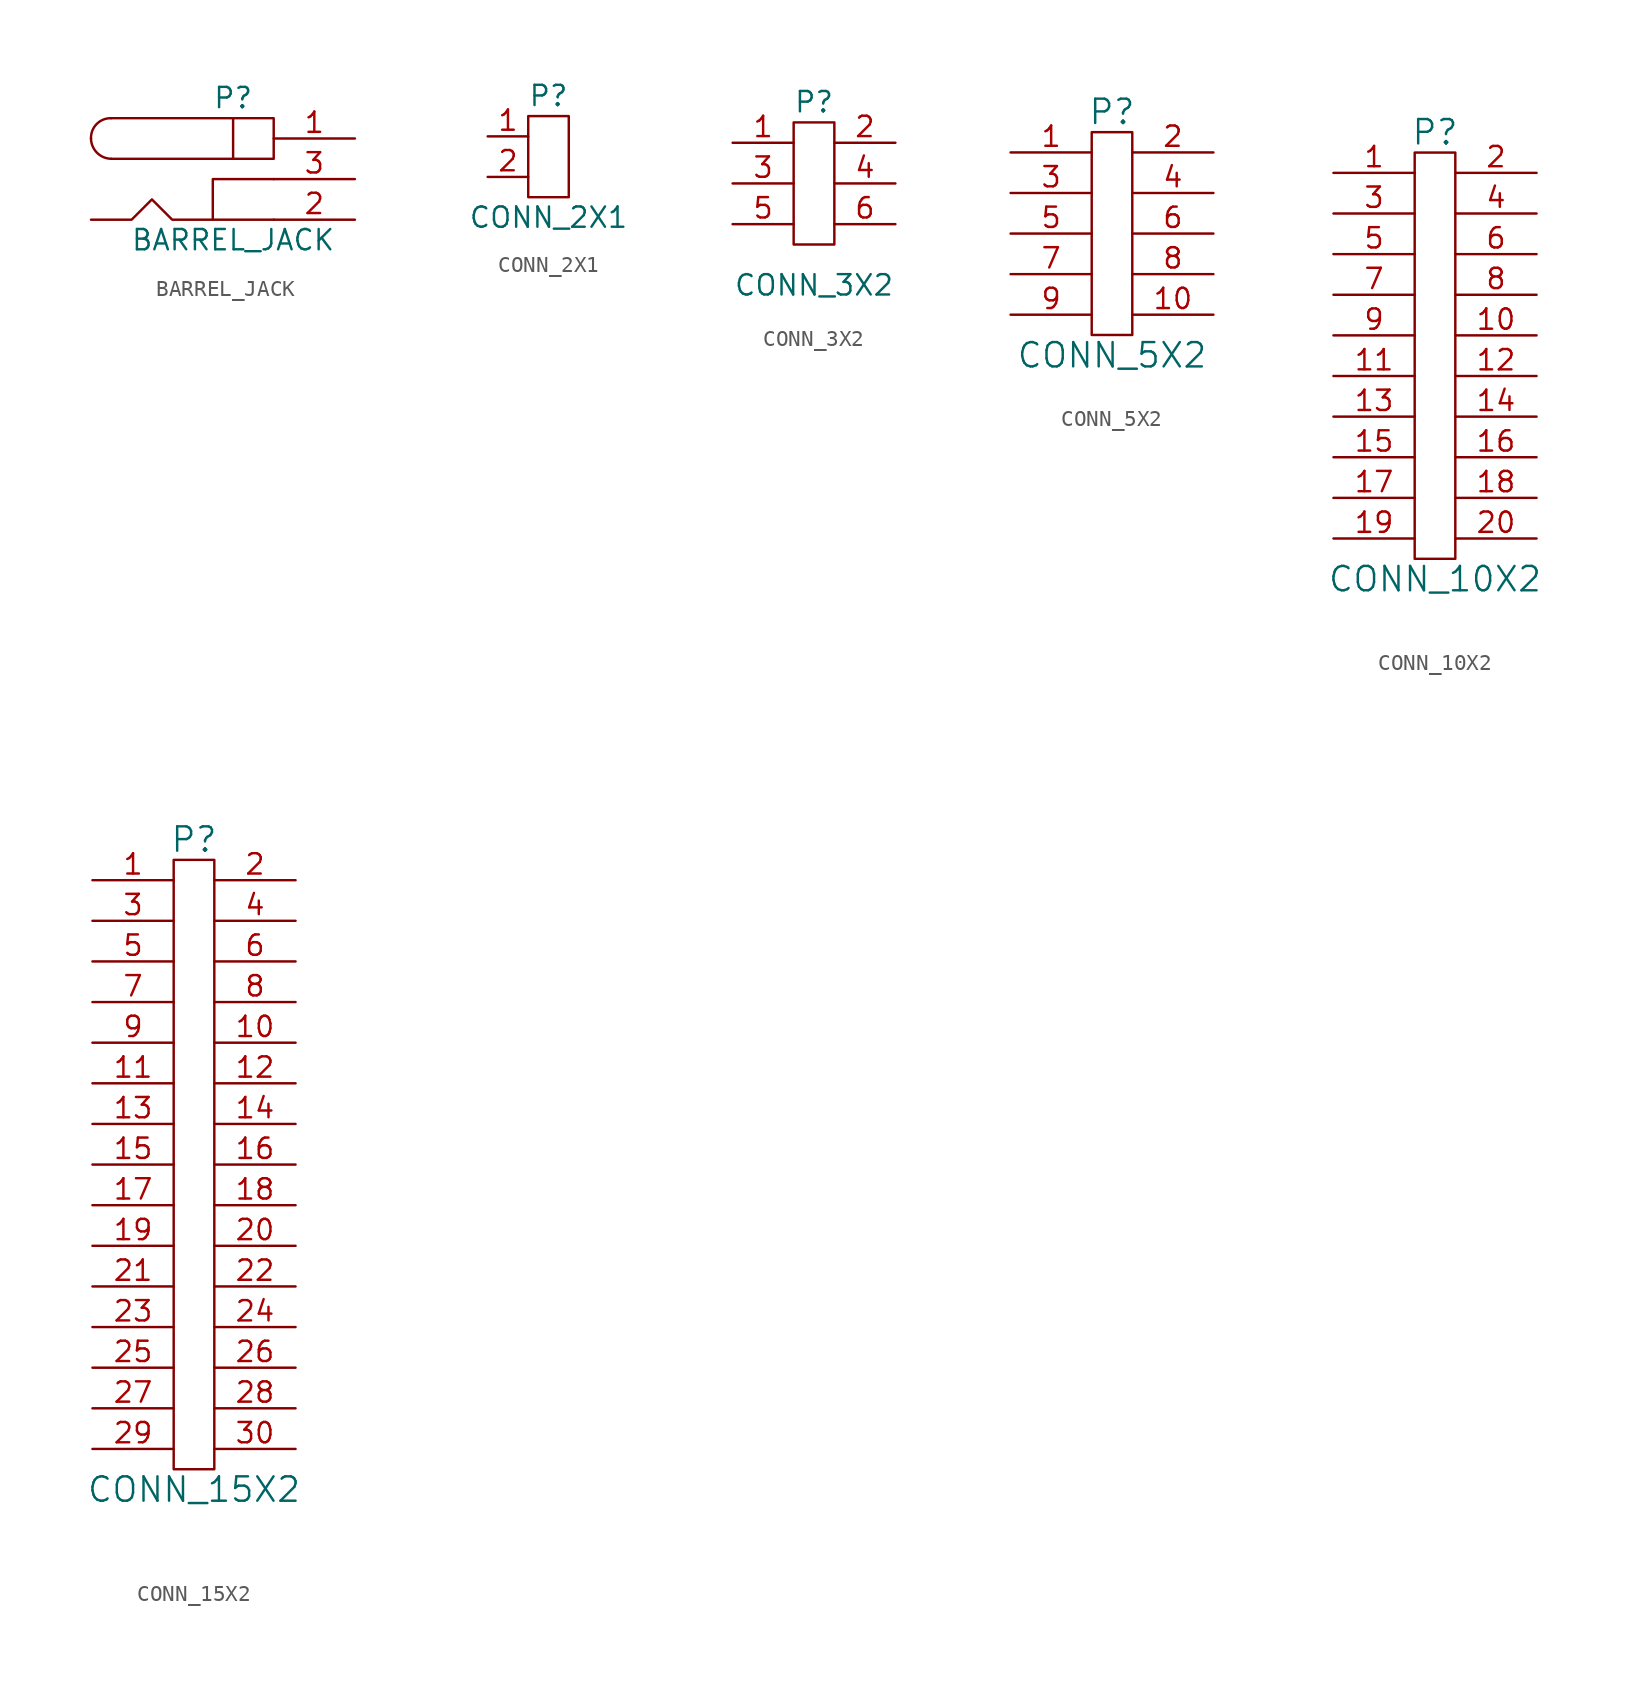
<source format=kicad_sym>
(kicad_symbol_lib
  (version 20201005)
  (generator kicad_symbol_editor)
  (symbol "BARREL_JACK"
    (pin_names
      (offset 1.016))
    (property "Reference" "P"
      (at 0 5.08 0)
      (effects (font (size 1.27 1.27))))
    (property "Value" "BARREL_JACK"
      (at 0 -3.81 0)
      (effects (font (size 1.27 1.27))))
    (symbol "BARREL_JACK_0_1"
      (arc (start -7.62 1.27) (end -8.89 2.54) (radius (at -7.62 2.5146) (length 1.2446) (angles -90 178.8)) (stroke (width 0)) (fill (type none)))
      (arc (start -7.62 3.81) (end -8.89 2.54) (radius (at -7.62 2.5654) (length 1.2446) (angles 90 -178.8)) (stroke (width 0)) (fill (type none)))
      (rectangle (start 2.54 3.81) (end 0 1.27) (stroke (width 0)) (fill (type none)))
      (polyline (pts (xy -7.62 1.27) (xy 0 1.27)) (stroke (width 0)) (fill (type none)))
      (polyline (pts (xy 0 3.81) (xy -7.62 3.81)) (stroke (width 0)) (fill (type none)))
      (polyline (pts (xy 2.54 0) (xy -1.27 0) (xy -1.27 -2.54)) (stroke (width 0)) (fill (type none)))
      (polyline (pts (xy 2.54 -2.54) (xy -3.81 -2.54) (xy -5.08 -1.27) (xy -6.35 -2.54) (xy -8.89 -2.54)) (stroke (width 0)) (fill (type none))))
    (symbol "BARREL_JACK_1_1"
      (pin passive line (at 7.62 2.54 180) (length 5.08) (name "~" (effects (font (size 1.27 1.27)))) (number "1" (effects (font (size 1.27 1.27)))))
      (pin passive line (at 7.62 -2.54 180) (length 5.08) (name "~" (effects (font (size 1.27 1.27)))) (number "2" (effects (font (size 1.27 1.27)))))
      (pin passive line (at 7.62 0 180) (length 5.08) (name "~" (effects (font (size 1.27 1.27)))) (number "3" (effects (font (size 1.27 1.27)))))))
  (symbol "CONN_2X1"
    (pin_names
      (offset 1.016))
    (property "Reference" "P"
      (at 0 3.81 0)
      (effects (font (size 1.27 1.27))))
    (property "Value" "CONN_2X1"
      (at 0 -3.81 0)
      (effects (font (size 1.27 1.27))))
    (symbol "CONN_2X1_0_1"
      (rectangle (start -1.27 2.54) (end 1.27 -2.54) (stroke (width 0)) (fill (type none))))
    (symbol "CONN_2X1_1_1"
      (pin unspecified line (at -3.81 1.27 0) (length 2.54) (name "~" (effects (font (size 1.27 1.27)))) (number "1" (effects (font (size 1.27 1.27)))))
      (pin unspecified line (at -3.81 -1.27 0) (length 2.54) (name "~" (effects (font (size 1.27 1.27)))) (number "2" (effects (font (size 1.27 1.27)))))))
  (symbol "CONN_3X2"
    (pin_names
      (offset 0.025) hide)
    (property "Reference" "P"
      (at 0 5.08 0)
      (effects (font (size 1.27 1.27))))
    (property "Value" "CONN_3X2"
      (at 0 -6.35 0)
      (effects (font (size 1.27 1.27))))
    (symbol "CONN_3X2_0_1"
      (rectangle (start -1.27 3.81) (end 1.27 -3.81) (stroke (width 0)) (fill (type none))))
    (symbol "CONN_3X2_1_1"
      (pin passive line (at -5.08 2.54 0) (length 3.81) (name "P1" (effects (font (size 1.27 1.27)))) (number "1" (effects (font (size 1.27 1.27)))))
      (pin passive line (at 5.08 2.54 180) (length 3.81) (name "P2" (effects (font (size 1.27 1.27)))) (number "2" (effects (font (size 1.27 1.27)))))
      (pin passive line (at -5.08 0 0) (length 3.81) (name "P3" (effects (font (size 1.27 1.27)))) (number "3" (effects (font (size 1.27 1.27)))))
      (pin passive line (at 5.08 0 180) (length 3.81) (name "P4" (effects (font (size 1.27 1.27)))) (number "4" (effects (font (size 1.27 1.27)))))
      (pin passive line (at -5.08 -2.54 0) (length 3.81) (name "P5" (effects (font (size 1.27 1.27)))) (number "5" (effects (font (size 1.27 1.27)))))
      (pin passive line (at 5.08 -2.54 180) (length 3.81) (name "P6" (effects (font (size 1.27 1.27)))) (number "6" (effects (font (size 1.27 1.27)))))))
  (symbol "CONN_5X2"
    (pin_names
      (offset 1.016))
    (property "Reference" "P"
      (at 0 7.62 0)
      (effects (font (size 1.524 1.524))))
    (property "Value" "CONN_5X2"
      (at 0 -7.62 0)
      (effects (font (size 1.524 1.524))))
    (symbol "CONN_5X2_0_1"
      (rectangle (start -1.27 6.35) (end 1.27 -6.35) (stroke (width 0)) (fill (type none))))
    (symbol "CONN_5X2_1_1"
      (pin unspecified line (at -6.35 5.08 0) (length 5.08) (name "~" (effects (font (size 1.27 1.27)))) (number "1" (effects (font (size 1.27 1.27)))))
      (pin unspecified line (at 6.35 -5.08 180) (length 5.08) (name "~" (effects (font (size 1.27 1.27)))) (number "10" (effects (font (size 1.27 1.27)))))
      (pin unspecified line (at 6.35 5.08 180) (length 5.08) (name "~" (effects (font (size 1.27 1.27)))) (number "2" (effects (font (size 1.27 1.27)))))
      (pin unspecified line (at -6.35 2.54 0) (length 5.08) (name "~" (effects (font (size 1.27 1.27)))) (number "3" (effects (font (size 1.27 1.27)))))
      (pin unspecified line (at 6.35 2.54 180) (length 5.08) (name "~" (effects (font (size 1.27 1.27)))) (number "4" (effects (font (size 1.27 1.27)))))
      (pin unspecified line (at -6.35 0 0) (length 5.08) (name "~" (effects (font (size 1.27 1.27)))) (number "5" (effects (font (size 1.27 1.27)))))
      (pin unspecified line (at 6.35 0 180) (length 5.08) (name "~" (effects (font (size 1.27 1.27)))) (number "6" (effects (font (size 1.27 1.27)))))
      (pin unspecified line (at -6.35 -2.54 0) (length 5.08) (name "~" (effects (font (size 1.27 1.27)))) (number "7" (effects (font (size 1.27 1.27)))))
      (pin unspecified line (at 6.35 -2.54 180) (length 5.08) (name "~" (effects (font (size 1.27 1.27)))) (number "8" (effects (font (size 1.27 1.27)))))
      (pin unspecified line (at -6.35 -5.08 0) (length 5.08) (name "~" (effects (font (size 1.27 1.27)))) (number "9" (effects (font (size 1.27 1.27)))))))
  (symbol "CONN_10X2"
    (pin_names
      (offset 1.016))
    (property "Reference" "P"
      (at 0 13.97 0)
      (effects (font (size 1.524 1.524))))
    (property "Value" "CONN_10X2"
      (at 0 -13.97 0)
      (effects (font (size 1.524 1.524))))
    (symbol "CONN_10X2_0_1"
      (rectangle (start -1.27 12.7) (end 1.27 -12.7) (stroke (width 0)) (fill (type none))))
    (symbol "CONN_10X2_1_1"
      (pin unspecified line (at -6.35 11.43 0) (length 5.08) (name "~" (effects (font (size 1.27 1.27)))) (number "1" (effects (font (size 1.27 1.27)))))
      (pin unspecified line (at 6.35 1.27 180) (length 5.08) (name "~" (effects (font (size 1.27 1.27)))) (number "10" (effects (font (size 1.27 1.27)))))
      (pin unspecified line (at -6.35 -1.27 0) (length 5.08) (name "~" (effects (font (size 1.27 1.27)))) (number "11" (effects (font (size 1.27 1.27)))))
      (pin unspecified line (at 6.35 -1.27 180) (length 5.08) (name "~" (effects (font (size 1.27 1.27)))) (number "12" (effects (font (size 1.27 1.27)))))
      (pin unspecified line (at -6.35 -3.81 0) (length 5.08) (name "~" (effects (font (size 1.27 1.27)))) (number "13" (effects (font (size 1.27 1.27)))))
      (pin unspecified line (at 6.35 -3.81 180) (length 5.08) (name "~" (effects (font (size 1.27 1.27)))) (number "14" (effects (font (size 1.27 1.27)))))
      (pin unspecified line (at -6.35 -6.35 0) (length 5.08) (name "~" (effects (font (size 1.27 1.27)))) (number "15" (effects (font (size 1.27 1.27)))))
      (pin unspecified line (at 6.35 -6.35 180) (length 5.08) (name "~" (effects (font (size 1.27 1.27)))) (number "16" (effects (font (size 1.27 1.27)))))
      (pin unspecified line (at -6.35 -8.89 0) (length 5.08) (name "~" (effects (font (size 1.27 1.27)))) (number "17" (effects (font (size 1.27 1.27)))))
      (pin unspecified line (at 6.35 -8.89 180) (length 5.08) (name "~" (effects (font (size 1.27 1.27)))) (number "18" (effects (font (size 1.27 1.27)))))
      (pin unspecified line (at -6.35 -11.43 0) (length 5.08) (name "~" (effects (font (size 1.27 1.27)))) (number "19" (effects (font (size 1.27 1.27)))))
      (pin unspecified line (at 6.35 11.43 180) (length 5.08) (name "~" (effects (font (size 1.27 1.27)))) (number "2" (effects (font (size 1.27 1.27)))))
      (pin unspecified line (at 6.35 -11.43 180) (length 5.08) (name "~" (effects (font (size 1.27 1.27)))) (number "20" (effects (font (size 1.27 1.27)))))
      (pin unspecified line (at -6.35 8.89 0) (length 5.08) (name "~" (effects (font (size 1.27 1.27)))) (number "3" (effects (font (size 1.27 1.27)))))
      (pin unspecified line (at 6.35 8.89 180) (length 5.08) (name "~" (effects (font (size 1.27 1.27)))) (number "4" (effects (font (size 1.27 1.27)))))
      (pin unspecified line (at -6.35 6.35 0) (length 5.08) (name "~" (effects (font (size 1.27 1.27)))) (number "5" (effects (font (size 1.27 1.27)))))
      (pin unspecified line (at 6.35 6.35 180) (length 5.08) (name "~" (effects (font (size 1.27 1.27)))) (number "6" (effects (font (size 1.27 1.27)))))
      (pin unspecified line (at -6.35 3.81 0) (length 5.08) (name "~" (effects (font (size 1.27 1.27)))) (number "7" (effects (font (size 1.27 1.27)))))
      (pin unspecified line (at 6.35 3.81 180) (length 5.08) (name "~" (effects (font (size 1.27 1.27)))) (number "8" (effects (font (size 1.27 1.27)))))
      (pin unspecified line (at -6.35 1.27 0) (length 5.08) (name "~" (effects (font (size 1.27 1.27)))) (number "9" (effects (font (size 1.27 1.27)))))))
  (symbol "CONN_15X2"
    (pin_names
      (offset 1.016))
    (property "Reference" "P"
      (at 0 20.32 0)
      (effects (font (size 1.524 1.524))))
    (property "Value" "CONN_15X2"
      (at 0 -20.32 0)
      (effects (font (size 1.524 1.524))))
    (symbol "CONN_15X2_0_1"
      (rectangle (start -1.27 19.05) (end 1.27 -19.05) (stroke (width 0)) (fill (type none))))
    (symbol "CONN_15X2_1_1"
      (pin unspecified line (at -6.35 17.78 0) (length 5.08) (name "~" (effects (font (size 1.27 1.27)))) (number "1" (effects (font (size 1.27 1.27)))))
      (pin unspecified line (at 6.35 7.62 180) (length 5.08) (name "~" (effects (font (size 1.27 1.27)))) (number "10" (effects (font (size 1.27 1.27)))))
      (pin unspecified line (at -6.35 5.08 0) (length 5.08) (name "~" (effects (font (size 1.27 1.27)))) (number "11" (effects (font (size 1.27 1.27)))))
      (pin unspecified line (at 6.35 5.08 180) (length 5.08) (name "~" (effects (font (size 1.27 1.27)))) (number "12" (effects (font (size 1.27 1.27)))))
      (pin unspecified line (at -6.35 2.54 0) (length 5.08) (name "~" (effects (font (size 1.27 1.27)))) (number "13" (effects (font (size 1.27 1.27)))))
      (pin unspecified line (at 6.35 2.54 180) (length 5.08) (name "~" (effects (font (size 1.27 1.27)))) (number "14" (effects (font (size 1.27 1.27)))))
      (pin unspecified line (at -6.35 0 0) (length 5.08) (name "~" (effects (font (size 1.27 1.27)))) (number "15" (effects (font (size 1.27 1.27)))))
      (pin unspecified line (at 6.35 0 180) (length 5.08) (name "~" (effects (font (size 1.27 1.27)))) (number "16" (effects (font (size 1.27 1.27)))))
      (pin unspecified line (at -6.35 -2.54 0) (length 5.08) (name "~" (effects (font (size 1.27 1.27)))) (number "17" (effects (font (size 1.27 1.27)))))
      (pin unspecified line (at 6.35 -2.54 180) (length 5.08) (name "~" (effects (font (size 1.27 1.27)))) (number "18" (effects (font (size 1.27 1.27)))))
      (pin unspecified line (at -6.35 -5.08 0) (length 5.08) (name "~" (effects (font (size 1.27 1.27)))) (number "19" (effects (font (size 1.27 1.27)))))
      (pin unspecified line (at 6.35 17.78 180) (length 5.08) (name "~" (effects (font (size 1.27 1.27)))) (number "2" (effects (font (size 1.27 1.27)))))
      (pin unspecified line (at 6.35 -5.08 180) (length 5.08) (name "~" (effects (font (size 1.27 1.27)))) (number "20" (effects (font (size 1.27 1.27)))))
      (pin unspecified line (at -6.35 -7.62 0) (length 5.08) (name "~" (effects (font (size 1.27 1.27)))) (number "21" (effects (font (size 1.27 1.27)))))
      (pin unspecified line (at 6.35 -7.62 180) (length 5.08) (name "~" (effects (font (size 1.27 1.27)))) (number "22" (effects (font (size 1.27 1.27)))))
      (pin unspecified line (at -6.35 -10.16 0) (length 5.08) (name "~" (effects (font (size 1.27 1.27)))) (number "23" (effects (font (size 1.27 1.27)))))
      (pin unspecified line (at 6.35 -10.16 180) (length 5.08) (name "~" (effects (font (size 1.27 1.27)))) (number "24" (effects (font (size 1.27 1.27)))))
      (pin unspecified line (at -6.35 -12.7 0) (length 5.08) (name "~" (effects (font (size 1.27 1.27)))) (number "25" (effects (font (size 1.27 1.27)))))
      (pin unspecified line (at 6.35 -12.7 180) (length 5.08) (name "~" (effects (font (size 1.27 1.27)))) (number "26" (effects (font (size 1.27 1.27)))))
      (pin unspecified line (at -6.35 -15.24 0) (length 5.08) (name "~" (effects (font (size 1.27 1.27)))) (number "27" (effects (font (size 1.27 1.27)))))
      (pin unspecified line (at 6.35 -15.24 180) (length 5.08) (name "~" (effects (font (size 1.27 1.27)))) (number "28" (effects (font (size 1.27 1.27)))))
      (pin unspecified line (at -6.35 -17.78 0) (length 5.08) (name "~" (effects (font (size 1.27 1.27)))) (number "29" (effects (font (size 1.27 1.27)))))
      (pin unspecified line (at -6.35 15.24 0) (length 5.08) (name "~" (effects (font (size 1.27 1.27)))) (number "3" (effects (font (size 1.27 1.27)))))
      (pin unspecified line (at 6.35 -17.78 180) (length 5.08) (name "~" (effects (font (size 1.27 1.27)))) (number "30" (effects (font (size 1.27 1.27)))))
      (pin unspecified line (at 6.35 15.24 180) (length 5.08) (name "~" (effects (font (size 1.27 1.27)))) (number "4" (effects (font (size 1.27 1.27)))))
      (pin unspecified line (at -6.35 12.7 0) (length 5.08) (name "~" (effects (font (size 1.27 1.27)))) (number "5" (effects (font (size 1.27 1.27)))))
      (pin unspecified line (at 6.35 12.7 180) (length 5.08) (name "~" (effects (font (size 1.27 1.27)))) (number "6" (effects (font (size 1.27 1.27)))))
      (pin unspecified line (at -6.35 10.16 0) (length 5.08) (name "~" (effects (font (size 1.27 1.27)))) (number "7" (effects (font (size 1.27 1.27)))))
      (pin unspecified line (at 6.35 10.16 180) (length 5.08) (name "~" (effects (font (size 1.27 1.27)))) (number "8" (effects (font (size 1.27 1.27)))))
      (pin unspecified line (at -6.35 7.62 0) (length 5.08) (name "~" (effects (font (size 1.27 1.27)))) (number "9" (effects (font (size 1.27 1.27))))))))
</source>
